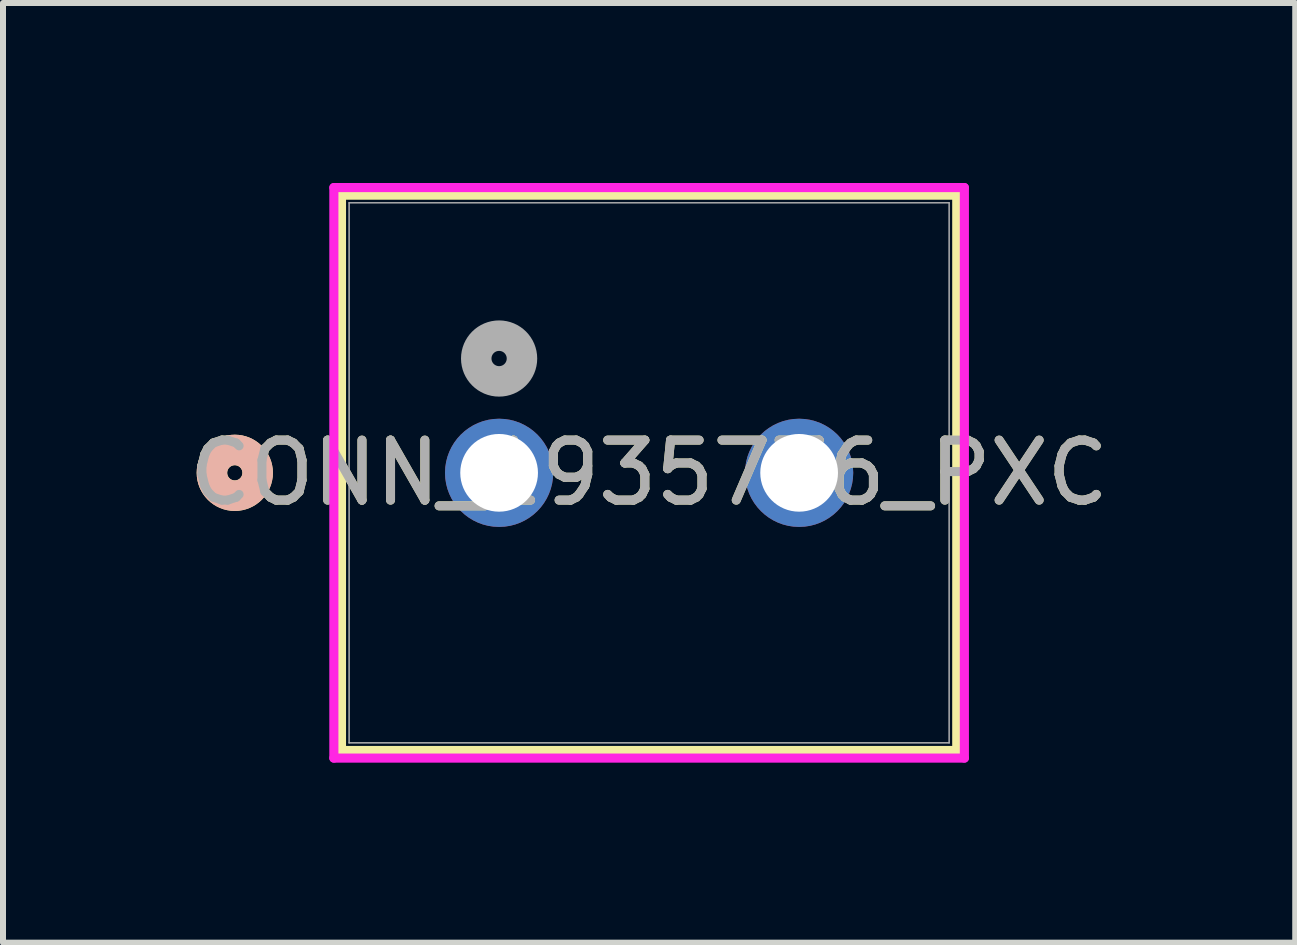
<source format=kicad_pcb>
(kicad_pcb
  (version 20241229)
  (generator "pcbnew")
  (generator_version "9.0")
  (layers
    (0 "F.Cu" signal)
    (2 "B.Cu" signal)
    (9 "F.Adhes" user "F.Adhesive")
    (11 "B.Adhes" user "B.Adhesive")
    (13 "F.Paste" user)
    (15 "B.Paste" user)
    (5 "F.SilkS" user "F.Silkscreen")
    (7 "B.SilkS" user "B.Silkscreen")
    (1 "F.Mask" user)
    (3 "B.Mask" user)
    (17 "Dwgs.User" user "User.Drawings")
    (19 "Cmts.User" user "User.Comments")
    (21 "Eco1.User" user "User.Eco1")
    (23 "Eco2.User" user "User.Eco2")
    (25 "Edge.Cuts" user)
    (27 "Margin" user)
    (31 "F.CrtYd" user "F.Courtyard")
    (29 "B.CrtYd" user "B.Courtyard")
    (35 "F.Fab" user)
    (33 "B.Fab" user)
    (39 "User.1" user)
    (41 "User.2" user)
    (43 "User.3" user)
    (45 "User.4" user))
  (footprint "CONN_1935776_PXC"
    (layer "F.Cu")
    (at 5.268 4.83)
    (property "Reference" "CONN_1935776_PXC" (at 2.5 0 0) (unlocked yes) (layer "F.SilkS") (effects (font (size 1 1) (thickness 0.15))))
    (attr through_hole)
    (fp_line (start -2.627 -4.627) (end -2.627 4.627) (stroke (width 0.152) (type solid)) (layer "F.SilkS"))
    (fp_line (start -2.627 4.627) (end 7.627 4.627) (stroke (width 0.152) (type solid)) (layer "F.SilkS"))
    (fp_line (start 7.627 -4.627) (end -2.627 -4.627) (stroke (width 0.152) (type solid)) (layer "F.SilkS"))
    (fp_line (start 7.627 4.627) (end 7.627 -4.627) (stroke (width 0.152) (type solid)) (layer "F.SilkS"))
    (fp_circle (center -4.405 0) (end -4.024 0) (stroke (width 0.508) (type solid)) (fill no) (layer "F.SilkS"))
    (fp_circle (center -4.405 0) (end -4.024 0) (stroke (width 0.508) (type solid)) (fill no) (layer "B.SilkS"))
    (fp_line (start -2.754 -4.754) (end -2.754 4.754) (stroke (width 0.152) (type solid)) (layer "F.CrtYd"))
    (fp_line (start -2.754 4.754) (end 7.754 4.754) (stroke (width 0.152) (type solid)) (layer "F.CrtYd"))
    (fp_line (start 7.754 -4.754) (end -2.754 -4.754) (stroke (width 0.152) (type solid)) (layer "F.CrtYd"))
    (fp_line (start 7.754 4.754) (end 7.754 -4.754) (stroke (width 0.152) (type solid)) (layer "F.CrtYd"))
    (fp_line (start -2.5 -4.5) (end -2.5 4.5) (stroke (width 0.025) (type solid)) (layer "F.Fab"))
    (fp_line (start -2.5 4.5) (end 7.5 4.5) (stroke (width 0.025) (type solid)) (layer "F.Fab"))
    (fp_line (start 7.5 -4.5) (end -2.5 -4.5) (stroke (width 0.025) (type solid)) (layer "F.Fab"))
    (fp_line (start 7.5 4.5) (end 7.5 -4.5) (stroke (width 0.025) (type solid)) (layer "F.Fab"))
    (fp_circle (center 0 -1.905) (end 0.381 -1.905) (stroke (width 0.508) (type solid)) (fill no) (layer "F.Fab"))
    (fp_text user "${REFERENCE}" (at 2.5 0 0) (unlocked yes) (layer "F.Fab") (effects (font (size 1 1) (thickness 0.15))))
    (pad "1" thru_hole circle (at 0 0) (size 1.803 1.803) (drill 1.295) (layers "*.Cu" "*.Mask"))
    (pad "2" thru_hole circle (at 5 0) (size 1.803 1.803) (drill 1.295) (layers "*.Cu" "*.Mask")))
  (gr_rect
    (start -3 -3)
    (end 18.536 12.66)
    (stroke (width 0.1) (type default))
    (fill no)
    (layer "Edge.Cuts")))
</source>
